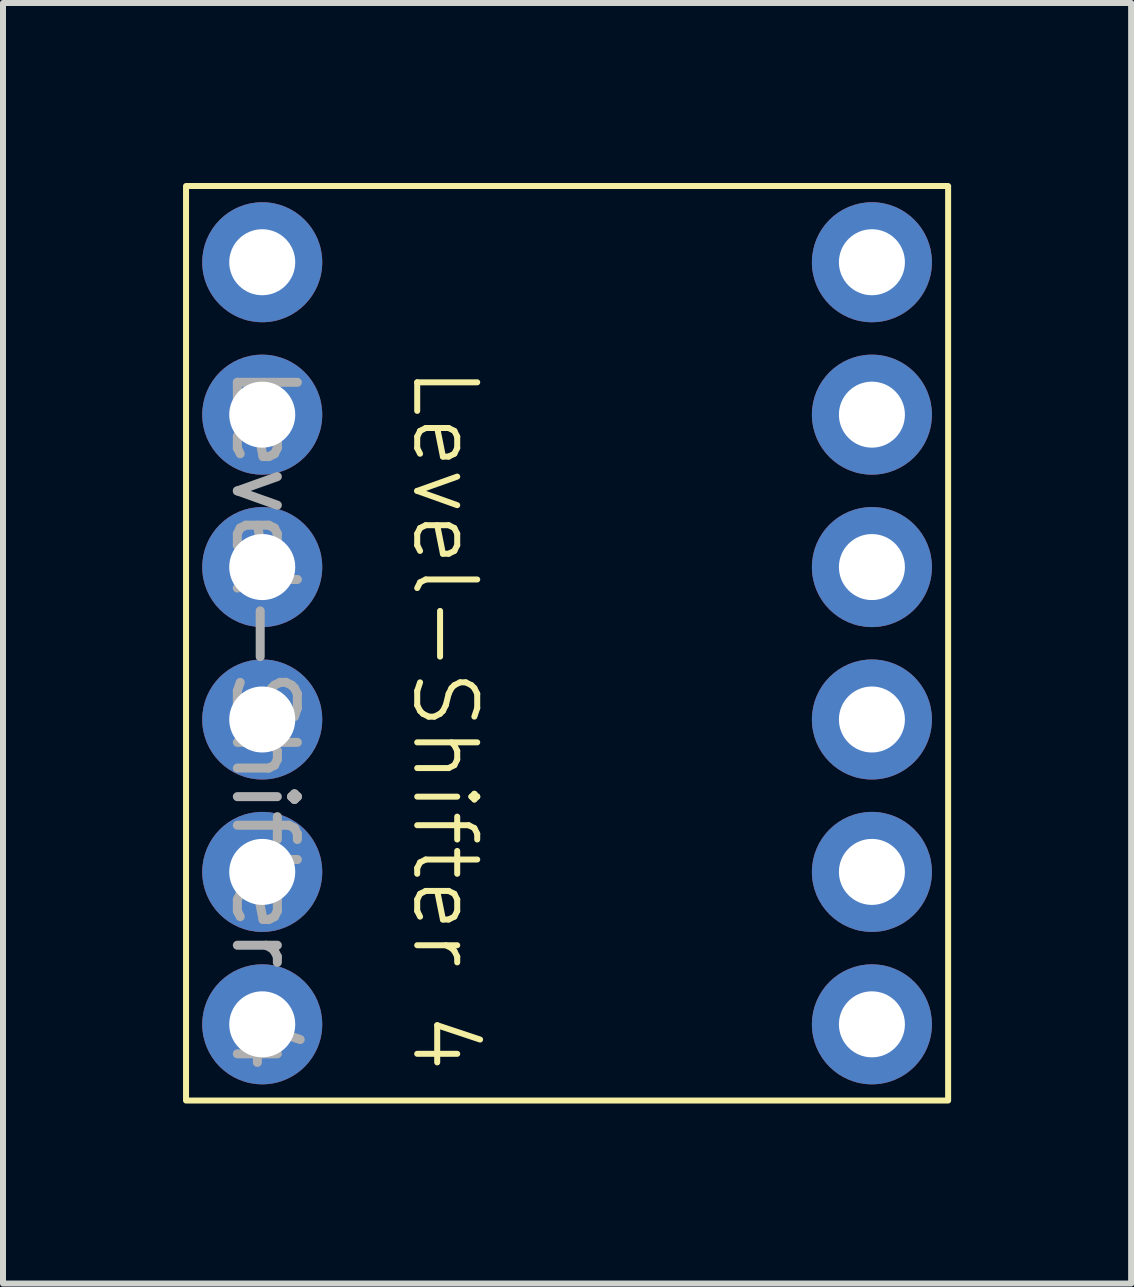
<source format=kicad_pcb>
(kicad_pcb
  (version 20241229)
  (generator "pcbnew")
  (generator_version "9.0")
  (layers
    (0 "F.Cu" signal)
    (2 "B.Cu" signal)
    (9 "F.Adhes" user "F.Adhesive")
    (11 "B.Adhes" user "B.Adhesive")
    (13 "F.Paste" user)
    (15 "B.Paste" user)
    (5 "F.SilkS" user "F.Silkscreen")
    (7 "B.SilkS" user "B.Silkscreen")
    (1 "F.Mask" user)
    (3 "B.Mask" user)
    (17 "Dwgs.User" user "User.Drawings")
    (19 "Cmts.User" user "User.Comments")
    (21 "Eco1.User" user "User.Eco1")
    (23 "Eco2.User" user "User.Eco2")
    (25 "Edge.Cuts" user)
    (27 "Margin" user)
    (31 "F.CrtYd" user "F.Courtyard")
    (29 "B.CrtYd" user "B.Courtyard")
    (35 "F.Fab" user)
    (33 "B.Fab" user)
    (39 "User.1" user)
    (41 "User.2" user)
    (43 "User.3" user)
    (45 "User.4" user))
  (footprint "Level-Shifter 4"
    (layer "F.Cu")
    (at 6.4 7.67)
    (property "Reference" "Level-Shifter 4" (at -2.04 1.27 270) (unlocked yes) (layer "F.SilkS") (effects (font (size 1 1) (thickness 0.1))))
    (attr smd)
    (fp_rect (start -6.35 -7.62) (end 6.35 7.62) (stroke (width 0.1) (type default)) (fill no) (layer "F.SilkS"))
    (fp_text user "${REFERENCE}" (at -5.04 1.27 270) (unlocked yes) (layer "F.Fab") (effects (font (size 1 1) (thickness 0.15))))
    (pad "1" thru_hole circle (at 5.08 -6.35 270) (size 2 2) (drill 1.1) (layers "*.Cu" "*.Mask"))
    (pad "2" thru_hole circle (at 5.08 -3.81 270) (size 2 2) (drill 1.1) (layers "*.Cu" "*.Mask"))
    (pad "3" thru_hole circle (at 5.08 -1.27 270) (size 2 2) (drill 1.1) (layers "*.Cu" "*.Mask"))
    (pad "4" thru_hole circle (at 5.08 1.27 270) (size 2 2) (drill 1.1) (layers "*.Cu" "*.Mask"))
    (pad "5" thru_hole circle (at 5.08 3.81 270) (size 2 2) (drill 1.1) (layers "*.Cu" "*.Mask"))
    (pad "6" thru_hole circle (at 5.08 6.35 270) (size 2 2) (drill 1.1) (layers "*.Cu" "*.Mask"))
    (pad "7" thru_hole circle (at -5.08 -6.35 270) (size 2 2) (drill 1.1) (layers "*.Cu" "*.Mask"))
    (pad "8" thru_hole circle (at -5.08 -3.81 270) (size 2 2) (drill 1.1) (layers "*.Cu" "*.Mask"))
    (pad "9" thru_hole circle (at -5.08 -1.27 270) (size 2 2) (drill 1.1) (layers "*.Cu" "*.Mask"))
    (pad "10" thru_hole circle (at -5.08 1.27 270) (size 2 2) (drill 1.1) (layers "*.Cu" "*.Mask"))
    (pad "11" thru_hole circle (at -5.08 3.81 270) (size 2 2) (drill 1.1) (layers "*.Cu" "*.Mask"))
    (pad "12" thru_hole circle (at -5.08 6.35 270) (size 2 2) (drill 1.1) (layers "*.Cu" "*.Mask")))
  (gr_rect
    (start -3 -3)
    (end 15.8 18.34)
    (stroke (width 0.1) (type default))
    (fill no)
    (layer "Edge.Cuts")))
</source>
